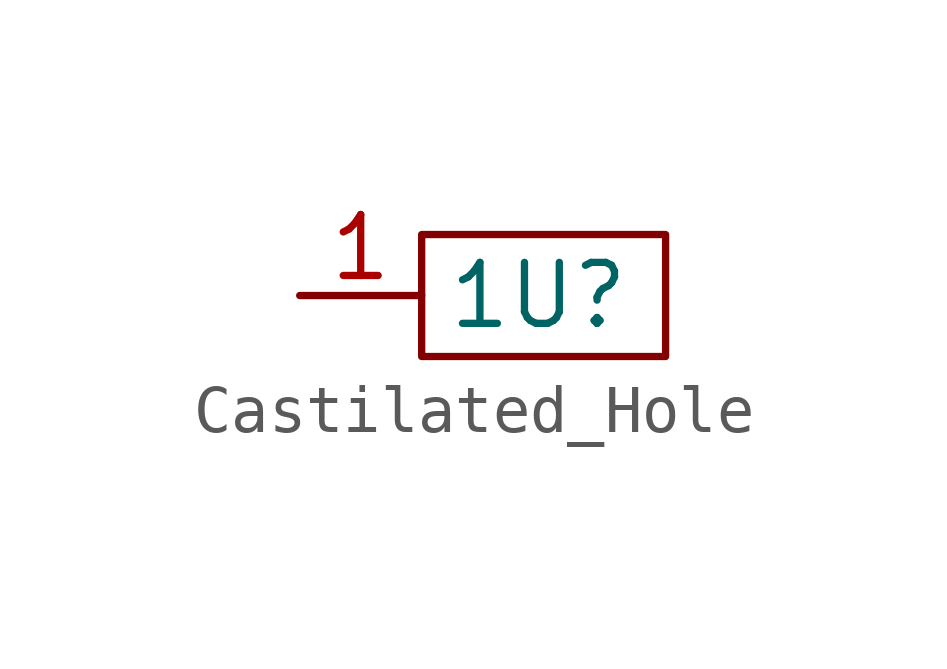
<source format=kicad_sym>
(kicad_symbol_lib
  (version 20241209)
  (generator "kicad_symbol_editor")
  (generator_version "9.0")
  (symbol "Castilated_Hole"
    (property "Reference" "U"
      (at 1.778 0 0)
      (effects (font (size 1.27 1.27))))
    (property "Value" ""
      (at 0 0 0)
      (effects (font (size 1.27 1.27))))
    (symbol "Castilated_Hole_0_1"
      (rectangle (start -1.27 1.27) (end 3.81 -1.27) (stroke (width 0) (type default)) (fill (type none))))
    (symbol "Castilated_Hole_1_1"
      (pin bidirectional line (at -3.81 0 0) (length 2.54) (name "1" (effects (font (size 1.27 1.27)))) (number "1" (effects (font (size 1.27 1.27))))))))
</source>
